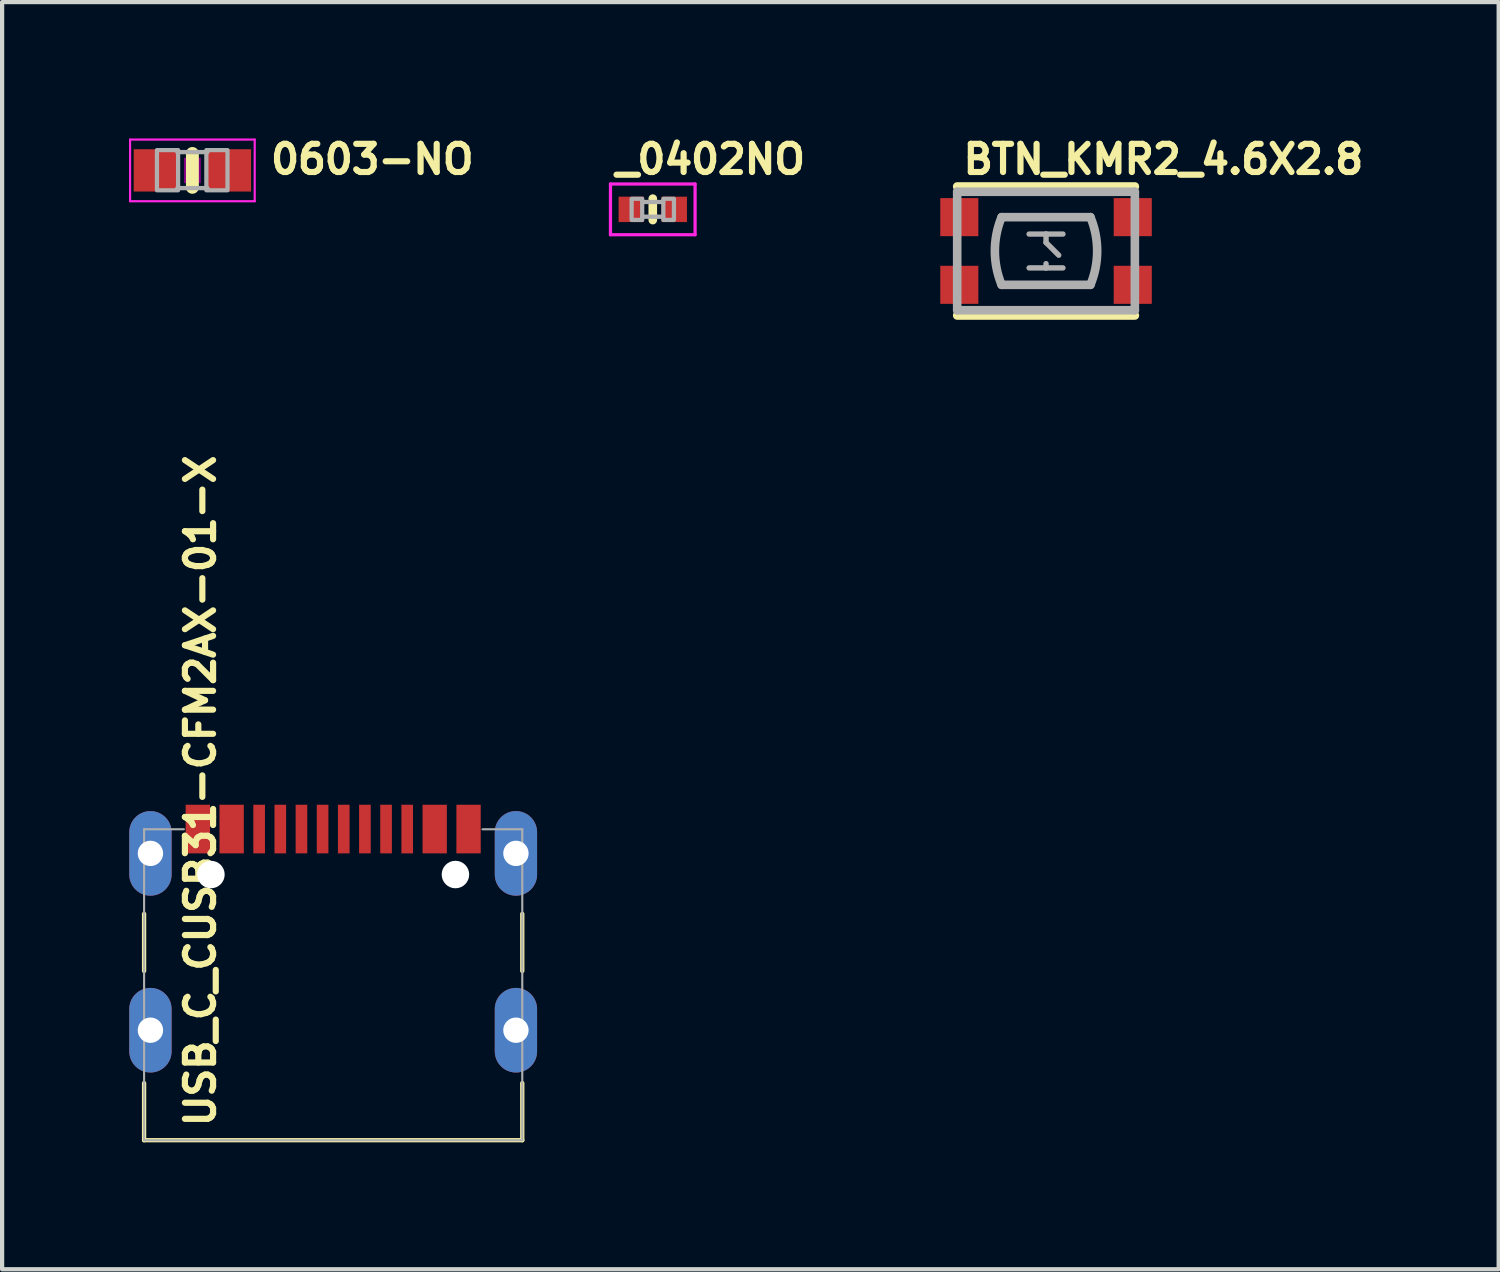
<source format=kicad_pcb>
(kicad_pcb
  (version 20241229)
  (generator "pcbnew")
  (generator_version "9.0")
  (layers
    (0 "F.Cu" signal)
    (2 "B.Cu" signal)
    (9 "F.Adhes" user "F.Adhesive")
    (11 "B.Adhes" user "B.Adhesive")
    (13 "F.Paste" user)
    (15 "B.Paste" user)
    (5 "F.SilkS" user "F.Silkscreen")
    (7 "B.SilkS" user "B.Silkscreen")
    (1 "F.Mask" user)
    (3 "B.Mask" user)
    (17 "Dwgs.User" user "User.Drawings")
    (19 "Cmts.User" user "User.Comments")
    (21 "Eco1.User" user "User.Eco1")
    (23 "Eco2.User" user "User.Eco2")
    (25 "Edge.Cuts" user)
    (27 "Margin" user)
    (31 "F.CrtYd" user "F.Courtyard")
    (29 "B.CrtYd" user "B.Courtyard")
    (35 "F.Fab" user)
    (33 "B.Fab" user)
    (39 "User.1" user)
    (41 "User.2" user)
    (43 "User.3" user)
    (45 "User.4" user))
  (footprint "USB_C_CUSB31-CFM2AX-01-X"
    (layer "F.Cu")
    (at 4.826 20.093)
    (property "Reference" "USB_C_CUSB31-CFM2AX-01-X" (at -2.75 3.56 90) (layer "F.SilkS") (effects (font (size 0.666 0.666) (thickness 0.146)) (justify left bottom)))
    (fp_line (start -4.47 -0.19) (end -4.47 -1.54) (stroke (width 0.102) (type solid)) (layer "F.SilkS"))
    (fp_line (start -4.47 3.81) (end -4.47 2.46) (stroke (width 0.102) (type solid)) (layer "F.SilkS"))
    (fp_line (start 4.47 -1.54) (end 4.47 -0.19) (stroke (width 0.102) (type solid)) (layer "F.SilkS"))
    (fp_line (start 4.47 2.46) (end 4.47 3.81) (stroke (width 0.102) (type solid)) (layer "F.SilkS"))
    (fp_line (start 4.47 3.81) (end -4.47 3.81) (stroke (width 0.102) (type solid)) (layer "F.SilkS"))
    (fp_poly (pts (xy -4.169 -3.939) (xy -4.034 -3.87) (xy -3.928 -3.763) (xy -3.835 -3.48) (xy -3.835 -2.464) (xy -3.859 -2.315) (xy -3.928 -2.18) (xy -4.034 -2.073) (xy -4.318 -1.981) (xy -4.449 -1.999) (xy -4.572 -2.049) (xy -4.677 -2.13) (xy -4.758 -2.235) (xy -4.826 -2.489) (xy -4.826 -3.454) (xy -4.809 -3.586) (xy -4.758 -3.708) (xy -4.677 -3.814) (xy -4.572 -3.894) (xy -4.318 -3.962)) (stroke (width 0) (type default)) (fill yes) (layer "F.Paste"))
    (fp_poly (pts (xy -4.156 0.24) (xy -4.022 0.308) (xy -3.915 0.415) (xy -3.823 0.699) (xy -3.823 1.714) (xy -3.846 1.864) (xy -3.915 1.998) (xy -4.022 2.105) (xy -4.305 2.197) (xy -4.437 2.18) (xy -4.559 2.129) (xy -4.665 2.048) (xy -4.745 1.943) (xy -4.813 1.689) (xy -4.813 0.724) (xy -4.796 0.592) (xy -4.745 0.47) (xy -4.665 0.365) (xy -4.559 0.284) (xy -4.305 0.216)) (stroke (width 0) (type default)) (fill yes) (layer "F.Paste"))
    (fp_poly (pts (xy 4.48 -3.951) (xy 4.614 -3.883) (xy 4.721 -3.776) (xy 4.813 -3.493) (xy 4.813 -2.477) (xy 4.79 -2.327) (xy 4.721 -2.193) (xy 4.614 -2.086) (xy 4.331 -1.994) (xy 4.199 -2.011) (xy 4.077 -2.062) (xy 3.971 -2.143) (xy 3.891 -2.248) (xy 3.823 -2.502) (xy 3.823 -3.467) (xy 3.84 -3.599) (xy 3.891 -3.721) (xy 3.971 -3.826) (xy 4.077 -3.907) (xy 4.331 -3.975)) (stroke (width 0) (type default)) (fill yes) (layer "F.Paste"))
    (fp_poly (pts (xy 4.48 0.24) (xy 4.614 0.308) (xy 4.721 0.415) (xy 4.813 0.699) (xy 4.813 1.714) (xy 4.79 1.864) (xy 4.721 1.998) (xy 4.614 2.105) (xy 4.331 2.197) (xy 4.199 2.18) (xy 4.077 2.129) (xy 3.971 2.048) (xy 3.891 1.943) (xy 3.823 1.689) (xy 3.823 0.724) (xy 3.84 0.592) (xy 3.891 0.47) (xy 3.971 0.365) (xy 4.077 0.284) (xy 4.331 0.216)) (stroke (width 0) (type default)) (fill yes) (layer "F.Paste"))
    (fp_line (start -4.47 -3.54) (end -3.53 -3.54) (stroke (width 0.05) (type solid)) (layer "F.Fab"))
    (fp_line (start -4.47 3.81) (end -4.47 -3.54) (stroke (width 0.05) (type solid)) (layer "F.Fab"))
    (fp_line (start 3.53 -3.54) (end 4.47 -3.54) (stroke (width 0.05) (type solid)) (layer "F.Fab"))
    (fp_line (start 4.47 -3.54) (end 4.47 3.81) (stroke (width 0.05) (type solid)) (layer "F.Fab"))
    (fp_line (start 4.47 3.81) (end -4.47 3.81) (stroke (width 0.05) (type solid)) (layer "F.Fab"))
    (pad "" np_thru_hole circle (at -2.89 -2.47) (size 0.65 0.65) (drill 0.65) (layers "*.Cu" "*.Mask"))
    (pad "" np_thru_hole circle (at 2.89 -2.47) (size 0.65 0.65) (drill 0.65) (layers "*.Cu" "*.Mask"))
    (pad "A1B12" smd rect (at -3.2 -3.545) (size 0.575 1.15) (layers "F.Cu" "F.Mask" "F.Paste"))
    (pad "A4B9" smd rect (at -2.4 -3.545) (size 0.575 1.15) (layers "F.Cu" "F.Mask" "F.Paste"))
    (pad "A5" smd rect (at -1.25 -3.545) (size 0.275 1.15) (layers "F.Cu" "F.Mask" "F.Paste"))
    (pad "A6" smd rect (at -0.25 -3.545) (size 0.275 1.15) (layers "F.Cu" "F.Mask" "F.Paste"))
    (pad "A7" smd rect (at 0.25 -3.545) (size 0.275 1.15) (layers "F.Cu" "F.Mask" "F.Paste"))
    (pad "A8" smd rect (at 1.25 -3.545) (size 0.275 1.15) (layers "F.Cu" "F.Mask" "F.Paste"))
    (pad "B1A12" smd rect (at 3.2 -3.545) (size 0.575 1.15) (layers "F.Cu" "F.Mask" "F.Paste"))
    (pad "B4A9" smd rect (at 2.4 -3.545) (size 0.575 1.15) (layers "F.Cu" "F.Mask" "F.Paste"))
    (pad "B5" smd rect (at 1.75 -3.545) (size 0.275 1.15) (layers "F.Cu" "F.Mask" "F.Paste"))
    (pad "B6" smd rect (at 0.75 -3.545) (size 0.275 1.15) (layers "F.Cu" "F.Mask" "F.Paste"))
    (pad "B7" smd rect (at -0.75 -3.545) (size 0.275 1.15) (layers "F.Cu" "F.Mask" "F.Paste"))
    (pad "B8" smd rect (at -1.75 -3.545) (size 0.275 1.15) (layers "F.Cu" "F.Mask" "F.Paste"))
    (pad "M1" thru_hole oval (at -4.32 -2.97 90) (size 2 1) (drill 0.6) (layers "*.Cu" "*.Mask"))
    (pad "M2" thru_hole oval (at 4.32 -2.97 90) (size 2 1) (drill 0.6) (layers "*.Cu" "*.Mask"))
    (pad "M3" thru_hole oval (at -4.32 1.21 90) (size 2 1) (drill 0.6) (layers "*.Cu" "*.Mask"))
    (pad "M4" thru_hole oval (at 4.32 1.21 90) (size 2 1) (drill 0.6) (layers "*.Cu" "*.Mask")))
  (footprint "_0402NO"
    (layer "F.Cu")
    (at 12.381 1.899)
    (property "Reference" "_0402NO" (at -0.953 -0.794 0) (layer "F.SilkS") (effects (font (size 0.666 0.666) (thickness 0.146)) (justify left bottom)))
    (fp_line (start 0 -0.254) (end 0 0.254) (stroke (width 0.203) (type solid)) (layer "F.SilkS"))
    (fp_poly (pts (xy -0.079 0.238) (xy 0.079 0.238) (xy 0.079 -0.238) (xy -0.079 -0.238)) (stroke (width 0) (type default)) (fill yes) (layer "F.Adhes"))
    (fp_line (start -1 -0.6) (end 1 -0.6) (stroke (width 0.076) (type solid)) (layer "F.CrtYd"))
    (fp_line (start -1 0.6) (end -1 -0.6) (stroke (width 0.076) (type solid)) (layer "F.CrtYd"))
    (fp_line (start 1 -0.6) (end 1 0.6) (stroke (width 0.076) (type solid)) (layer "F.CrtYd"))
    (fp_line (start 1 0.6) (end -1 0.6) (stroke (width 0.076) (type solid)) (layer "F.CrtYd"))
    (fp_line (start -0.245 -0.174) (end 0.245 -0.174) (stroke (width 0.102) (type solid)) (layer "F.Fab"))
    (fp_line (start 0.245 0.174) (end -0.245 0.174) (stroke (width 0.102) (type solid)) (layer "F.Fab"))
    (fp_poly (pts (xy -0.5 0.25) (xy -0.25 0.25) (xy -0.25 -0.25) (xy -0.5 -0.25)) (stroke (width 0.1) (type default)) (fill no) (layer "F.Fab"))
    (fp_poly (pts (xy 0.25 0.25) (xy 0.5 0.25) (xy 0.5 -0.25) (xy 0.25 -0.25)) (stroke (width 0.1) (type default)) (fill no) (layer "F.Fab"))
    (pad "1" smd rect (at -0.508 0) (size 0.6 0.6) (layers "F.Cu" "F.Mask" "F.Paste"))
    (pad "2" smd rect (at 0.508 0) (size 0.6 0.6) (layers "F.Cu" "F.Mask" "F.Paste")))
  (footprint "0603-NO"
    (layer "F.Cu")
    (at 1.498 0.978)
    (property "Reference" "0603-NO" (at 1.778 0.127 0) (layer "F.SilkS") (effects (font (size 0.666 0.666) (thickness 0.146)) (justify left bottom)))
    (fp_line (start 0 -0.4) (end 0 0.4) (stroke (width 0.305) (type solid)) (layer "F.SilkS"))
    (fp_poly (pts (xy -0.2 0.3) (xy 0.2 0.3) (xy 0.2 -0.3) (xy -0.2 -0.3)) (stroke (width 0) (type default)) (fill yes) (layer "F.Adhes"))
    (fp_line (start -1.473 -0.729) (end 1.473 -0.729) (stroke (width 0.051) (type solid)) (layer "F.CrtYd"))
    (fp_line (start -1.473 0.729) (end -1.473 -0.729) (stroke (width 0.051) (type solid)) (layer "F.CrtYd"))
    (fp_line (start 1.473 -0.729) (end 1.473 0.729) (stroke (width 0.051) (type solid)) (layer "F.CrtYd"))
    (fp_line (start 1.473 0.729) (end -1.473 0.729) (stroke (width 0.051) (type solid)) (layer "F.CrtYd"))
    (fp_line (start -0.356 -0.432) (end 0.356 -0.432) (stroke (width 0.102) (type solid)) (layer "F.Fab"))
    (fp_line (start -0.356 0.419) (end 0.356 0.419) (stroke (width 0.102) (type solid)) (layer "F.Fab"))
    (fp_poly (pts (xy -0.838 0.47) (xy -0.338 0.47) (xy -0.338 -0.48) (xy -0.838 -0.48)) (stroke (width 0.1) (type default)) (fill no) (layer "F.Fab"))
    (fp_poly (pts (xy 0.33 0.47) (xy 0.83 0.47) (xy 0.83 -0.48) (xy 0.33 -0.48)) (stroke (width 0.1) (type default)) (fill no) (layer "F.Fab"))
    (pad "1" smd rect (at -0.85 0) (size 1.075 1) (layers "F.Cu" "F.Mask" "F.Paste"))
    (pad "2" smd rect (at 0.85 0) (size 1.075 1) (layers "F.Cu" "F.Mask" "F.Paste")))
  (footprint "BTN_KMR2_4.6X2.8"
    (layer "F.Cu")
    (at 21.677 2.883)
    (property "Reference" "BTN_KMR2_4.6X2.8" (at -2.032 -1.778 0) (layer "F.SilkS") (effects (font (size 0.666 0.666) (thickness 0.146)) (justify left bottom)))
    (fp_line (start -2.1 -1.525) (end 2.1 -1.525) (stroke (width 0.203) (type solid)) (layer "F.SilkS"))
    (fp_line (start 2.1 1.525) (end -2.1 1.525) (stroke (width 0.203) (type solid)) (layer "F.SilkS"))
    (fp_line (start -2.1 -1.4) (end 2.1 -1.4) (stroke (width 0.203) (type solid)) (layer "F.Fab"))
    (fp_line (start -2.1 1.4) (end -2.1 -1.4) (stroke (width 0.203) (type solid)) (layer "F.Fab"))
    (fp_line (start -1.05 -0.8) (end 1.05 -0.8) (stroke (width 0.203) (type solid)) (layer "F.Fab"))
    (fp_line (start -0.4 -0.4) (end 0 -0.4) (stroke (width 0.127) (type solid)) (layer "F.Fab"))
    (fp_line (start -0.4 0.4) (end 0 0.4) (stroke (width 0.127) (type solid)) (layer "F.Fab"))
    (fp_line (start 0 -0.4) (end 0 -0.2) (stroke (width 0.127) (type solid)) (layer "F.Fab"))
    (fp_line (start 0 -0.4) (end 0.4 -0.4) (stroke (width 0.127) (type solid)) (layer "F.Fab"))
    (fp_line (start 0 -0.2) (end 0.3 0.1) (stroke (width 0.127) (type solid)) (layer "F.Fab"))
    (fp_line (start 0 0.4) (end 0 0.3) (stroke (width 0.127) (type solid)) (layer "F.Fab"))
    (fp_line (start 0 0.4) (end 0.4 0.4) (stroke (width 0.127) (type solid)) (layer "F.Fab"))
    (fp_line (start 1.05 0.8) (end -1.05 0.8) (stroke (width 0.203) (type solid)) (layer "F.Fab"))
    (fp_line (start 2.1 -1.4) (end 2.1 1.4) (stroke (width 0.203) (type solid)) (layer "F.Fab"))
    (fp_line (start 2.1 1.4) (end -2.1 1.4) (stroke (width 0.203) (type solid)) (layer "F.Fab"))
    (fp_arc (start -1.05 0.8) (mid -1.209128 0) (end -1.05 -0.799999) (stroke (width 0.2032) (type solid)) (layer "F.Fab"))
    (fp_arc (start 1.05 -0.8) (mid 1.209128 0) (end 1.05 0.799999) (stroke (width 0.2032) (type solid)) (layer "F.Fab"))
    (pad "A" smd rect (at 2.05 -0.8) (size 0.9 0.9) (layers "F.Cu" "F.Mask" "F.Paste"))
    (pad "A'" smd rect (at -2.05 -0.8) (size 0.9 0.9) (layers "F.Cu" "F.Mask" "F.Paste"))
    (pad "B" smd rect (at 2.05 0.8) (size 0.9 0.9) (layers "F.Cu" "F.Mask" "F.Paste"))
    (pad "B'" smd rect (at -2.05 0.8) (size 0.9 0.9) (layers "F.Cu" "F.Mask" "F.Paste")))
  (gr_rect
    (start -3 -3)
    (end 32.377 26.954)
    (stroke (width 0.1) (type default))
    (fill no)
    (layer "Edge.Cuts")))
</source>
